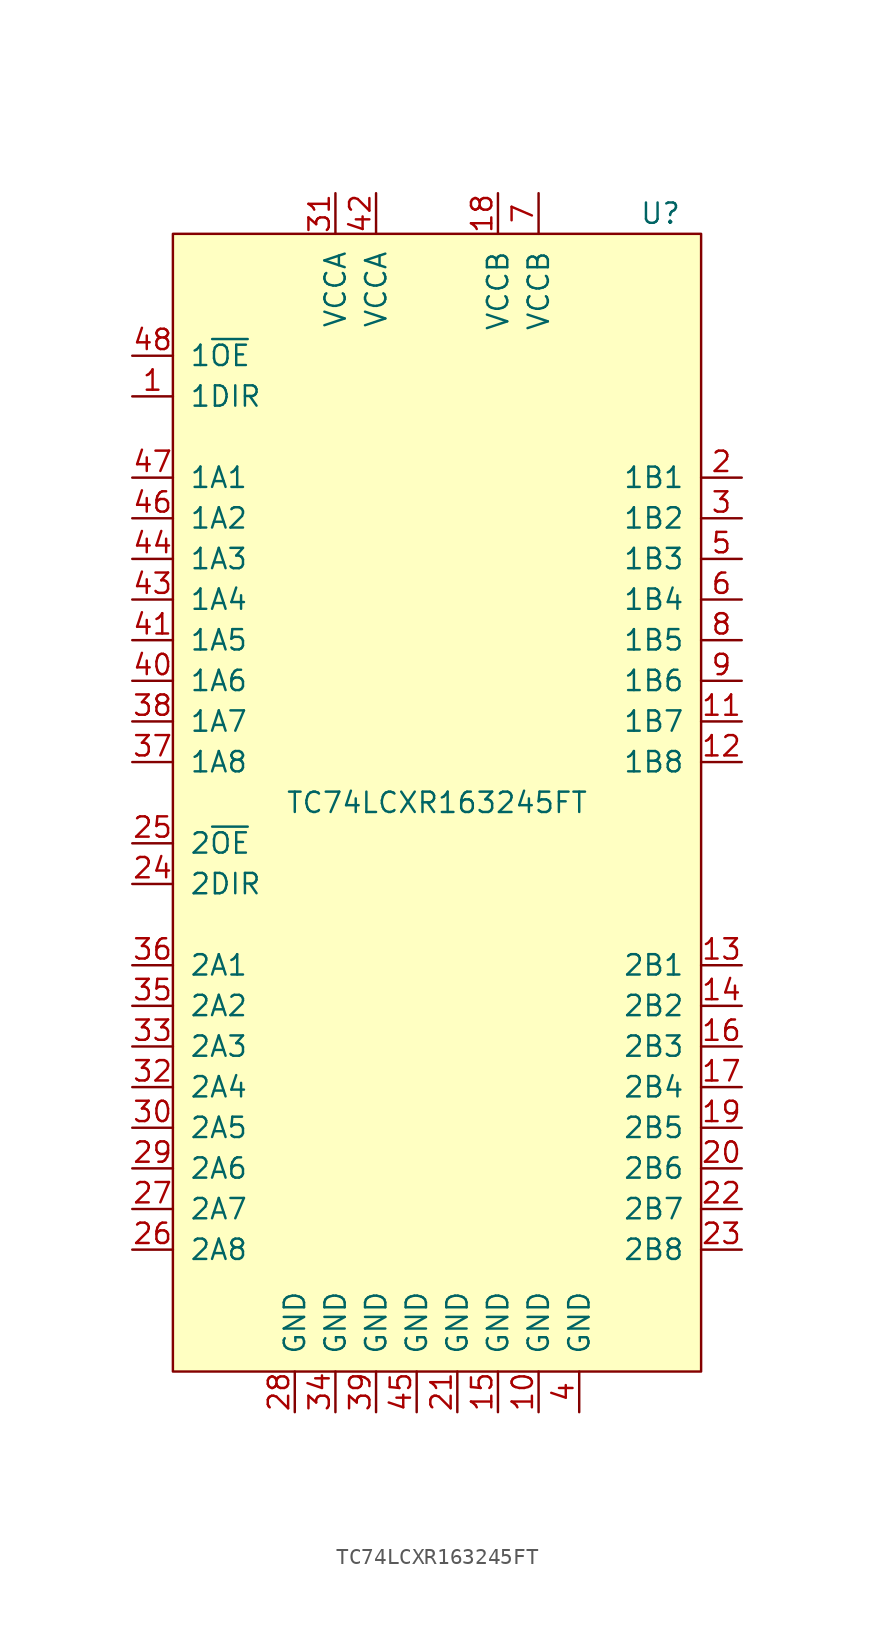
<source format=kicad_sym>
(kicad_symbol_lib
  (version 20211014)
  (generator kicad_symbol_editor)
  (symbol "TC74LCXR163245FT"
    (pin_names
      (offset 1.016))
    (property "Reference" "U"
      (at 13.97 36.83 0)
      (effects (font (size 1.27 1.27))))
    (property "Value" "TC74LCXR163245FT"
      (at 0 0 0)
      (effects (font (size 1.27 1.27))))
    (symbol "TC74LCXR163245FT_0_0"
      (pin input line (at -19.05 25.4 0) (length 2.54) (name "1DIR" (effects (font (size 1.27 1.27)))) (number "1" (effects (font (size 1.27 1.27)))))
      (pin power_in line (at 6.35 -38.1 90) (length 2.54) (name "GND" (effects (font (size 1.27 1.27)))) (number "10" (effects (font (size 1.27 1.27)))))
      (pin tri_state line (at 19.05 5.08 180) (length 2.54) (name "1B7" (effects (font (size 1.27 1.27)))) (number "11" (effects (font (size 1.27 1.27)))))
      (pin tri_state line (at 19.05 2.54 180) (length 2.54) (name "1B8" (effects (font (size 1.27 1.27)))) (number "12" (effects (font (size 1.27 1.27)))))
      (pin tri_state line (at 19.05 -10.16 180) (length 2.54) (name "2B1" (effects (font (size 1.27 1.27)))) (number "13" (effects (font (size 1.27 1.27)))))
      (pin tri_state line (at 19.05 -12.7 180) (length 2.54) (name "2B2" (effects (font (size 1.27 1.27)))) (number "14" (effects (font (size 1.27 1.27)))))
      (pin power_in line (at 3.81 -38.1 90) (length 2.54) (name "GND" (effects (font (size 1.27 1.27)))) (number "15" (effects (font (size 1.27 1.27)))))
      (pin tri_state line (at 19.05 -15.24 180) (length 2.54) (name "2B3" (effects (font (size 1.27 1.27)))) (number "16" (effects (font (size 1.27 1.27)))))
      (pin tri_state line (at 19.05 -17.78 180) (length 2.54) (name "2B4" (effects (font (size 1.27 1.27)))) (number "17" (effects (font (size 1.27 1.27)))))
      (pin power_in line (at 3.81 38.1 270) (length 2.54) (name "VCCB" (effects (font (size 1.27 1.27)))) (number "18" (effects (font (size 1.27 1.27)))))
      (pin tri_state line (at 19.05 -20.32 180) (length 2.54) (name "2B5" (effects (font (size 1.27 1.27)))) (number "19" (effects (font (size 1.27 1.27)))))
      (pin tri_state line (at 19.05 20.32 180) (length 2.54) (name "1B1" (effects (font (size 1.27 1.27)))) (number "2" (effects (font (size 1.27 1.27)))))
      (pin tri_state line (at 19.05 -22.86 180) (length 2.54) (name "2B6" (effects (font (size 1.27 1.27)))) (number "20" (effects (font (size 1.27 1.27)))))
      (pin power_in line (at 1.27 -38.1 90) (length 2.54) (name "GND" (effects (font (size 1.27 1.27)))) (number "21" (effects (font (size 1.27 1.27)))))
      (pin tri_state line (at 19.05 -25.4 180) (length 2.54) (name "2B7" (effects (font (size 1.27 1.27)))) (number "22" (effects (font (size 1.27 1.27)))))
      (pin tri_state line (at 19.05 -27.94 180) (length 2.54) (name "2B8" (effects (font (size 1.27 1.27)))) (number "23" (effects (font (size 1.27 1.27)))))
      (pin input line (at -19.05 -5.08 0) (length 2.54) (name "2DIR" (effects (font (size 1.27 1.27)))) (number "24" (effects (font (size 1.27 1.27)))))
      (pin input line (at -19.05 -2.54 0) (length 2.54) (name "2~{OE}" (effects (font (size 1.27 1.27)))) (number "25" (effects (font (size 1.27 1.27)))))
      (pin tri_state line (at -19.05 -27.94 0) (length 2.54) (name "2A8" (effects (font (size 1.27 1.27)))) (number "26" (effects (font (size 1.27 1.27)))))
      (pin tri_state line (at -19.05 -25.4 0) (length 2.54) (name "2A7" (effects (font (size 1.27 1.27)))) (number "27" (effects (font (size 1.27 1.27)))))
      (pin power_in line (at -8.89 -38.1 90) (length 2.54) (name "GND" (effects (font (size 1.27 1.27)))) (number "28" (effects (font (size 1.27 1.27)))))
      (pin tri_state line (at -19.05 -22.86 0) (length 2.54) (name "2A6" (effects (font (size 1.27 1.27)))) (number "29" (effects (font (size 1.27 1.27)))))
      (pin tri_state line (at 19.05 17.78 180) (length 2.54) (name "1B2" (effects (font (size 1.27 1.27)))) (number "3" (effects (font (size 1.27 1.27)))))
      (pin tri_state line (at -19.05 -20.32 0) (length 2.54) (name "2A5" (effects (font (size 1.27 1.27)))) (number "30" (effects (font (size 1.27 1.27)))))
      (pin power_in line (at -6.35 38.1 270) (length 2.54) (name "VCCA" (effects (font (size 1.27 1.27)))) (number "31" (effects (font (size 1.27 1.27)))))
      (pin tri_state line (at -19.05 -17.78 0) (length 2.54) (name "2A4" (effects (font (size 1.27 1.27)))) (number "32" (effects (font (size 1.27 1.27)))))
      (pin tri_state line (at -19.05 -15.24 0) (length 2.54) (name "2A3" (effects (font (size 1.27 1.27)))) (number "33" (effects (font (size 1.27 1.27)))))
      (pin power_in line (at -6.35 -38.1 90) (length 2.54) (name "GND" (effects (font (size 1.27 1.27)))) (number "34" (effects (font (size 1.27 1.27)))))
      (pin tri_state line (at -19.05 -12.7 0) (length 2.54) (name "2A2" (effects (font (size 1.27 1.27)))) (number "35" (effects (font (size 1.27 1.27)))))
      (pin tri_state line (at -19.05 -10.16 0) (length 2.54) (name "2A1" (effects (font (size 1.27 1.27)))) (number "36" (effects (font (size 1.27 1.27)))))
      (pin tri_state line (at -19.05 2.54 0) (length 2.54) (name "1A8" (effects (font (size 1.27 1.27)))) (number "37" (effects (font (size 1.27 1.27)))))
      (pin tri_state line (at -19.05 5.08 0) (length 2.54) (name "1A7" (effects (font (size 1.27 1.27)))) (number "38" (effects (font (size 1.27 1.27)))))
      (pin power_in line (at -3.81 -38.1 90) (length 2.54) (name "GND" (effects (font (size 1.27 1.27)))) (number "39" (effects (font (size 1.27 1.27)))))
      (pin power_in line (at 8.89 -38.1 90) (length 2.54) (name "GND" (effects (font (size 1.27 1.27)))) (number "4" (effects (font (size 1.27 1.27)))))
      (pin tri_state line (at -19.05 7.62 0) (length 2.54) (name "1A6" (effects (font (size 1.27 1.27)))) (number "40" (effects (font (size 1.27 1.27)))))
      (pin tri_state line (at -19.05 10.16 0) (length 2.54) (name "1A5" (effects (font (size 1.27 1.27)))) (number "41" (effects (font (size 1.27 1.27)))))
      (pin power_in line (at -3.81 38.1 270) (length 2.54) (name "VCCA" (effects (font (size 1.27 1.27)))) (number "42" (effects (font (size 1.27 1.27)))))
      (pin tri_state line (at -19.05 12.7 0) (length 2.54) (name "1A4" (effects (font (size 1.27 1.27)))) (number "43" (effects (font (size 1.27 1.27)))))
      (pin tri_state line (at -19.05 15.24 0) (length 2.54) (name "1A3" (effects (font (size 1.27 1.27)))) (number "44" (effects (font (size 1.27 1.27)))))
      (pin power_in line (at -1.27 -38.1 90) (length 2.54) (name "GND" (effects (font (size 1.27 1.27)))) (number "45" (effects (font (size 1.27 1.27)))))
      (pin tri_state line (at -19.05 17.78 0) (length 2.54) (name "1A2" (effects (font (size 1.27 1.27)))) (number "46" (effects (font (size 1.27 1.27)))))
      (pin tri_state line (at -19.05 20.32 0) (length 2.54) (name "1A1" (effects (font (size 1.27 1.27)))) (number "47" (effects (font (size 1.27 1.27)))))
      (pin input line (at -19.05 27.94 0) (length 2.54) (name "1~{OE}" (effects (font (size 1.27 1.27)))) (number "48" (effects (font (size 1.27 1.27)))))
      (pin tri_state line (at 19.05 15.24 180) (length 2.54) (name "1B3" (effects (font (size 1.27 1.27)))) (number "5" (effects (font (size 1.27 1.27)))))
      (pin tri_state line (at 19.05 12.7 180) (length 2.54) (name "1B4" (effects (font (size 1.27 1.27)))) (number "6" (effects (font (size 1.27 1.27)))))
      (pin power_in line (at 6.35 38.1 270) (length 2.54) (name "VCCB" (effects (font (size 1.27 1.27)))) (number "7" (effects (font (size 1.27 1.27)))))
      (pin tri_state line (at 19.05 10.16 180) (length 2.54) (name "1B5" (effects (font (size 1.27 1.27)))) (number "8" (effects (font (size 1.27 1.27)))))
      (pin tri_state line (at 19.05 7.62 180) (length 2.54) (name "1B6" (effects (font (size 1.27 1.27)))) (number "9" (effects (font (size 1.27 1.27))))))
    (symbol "TC74LCXR163245FT_0_1"
      (rectangle (start -16.51 35.56) (end 16.51 -35.56) (stroke (width 0) (type default) (color 0 0 0 0)) (fill (type background))))))
</source>
